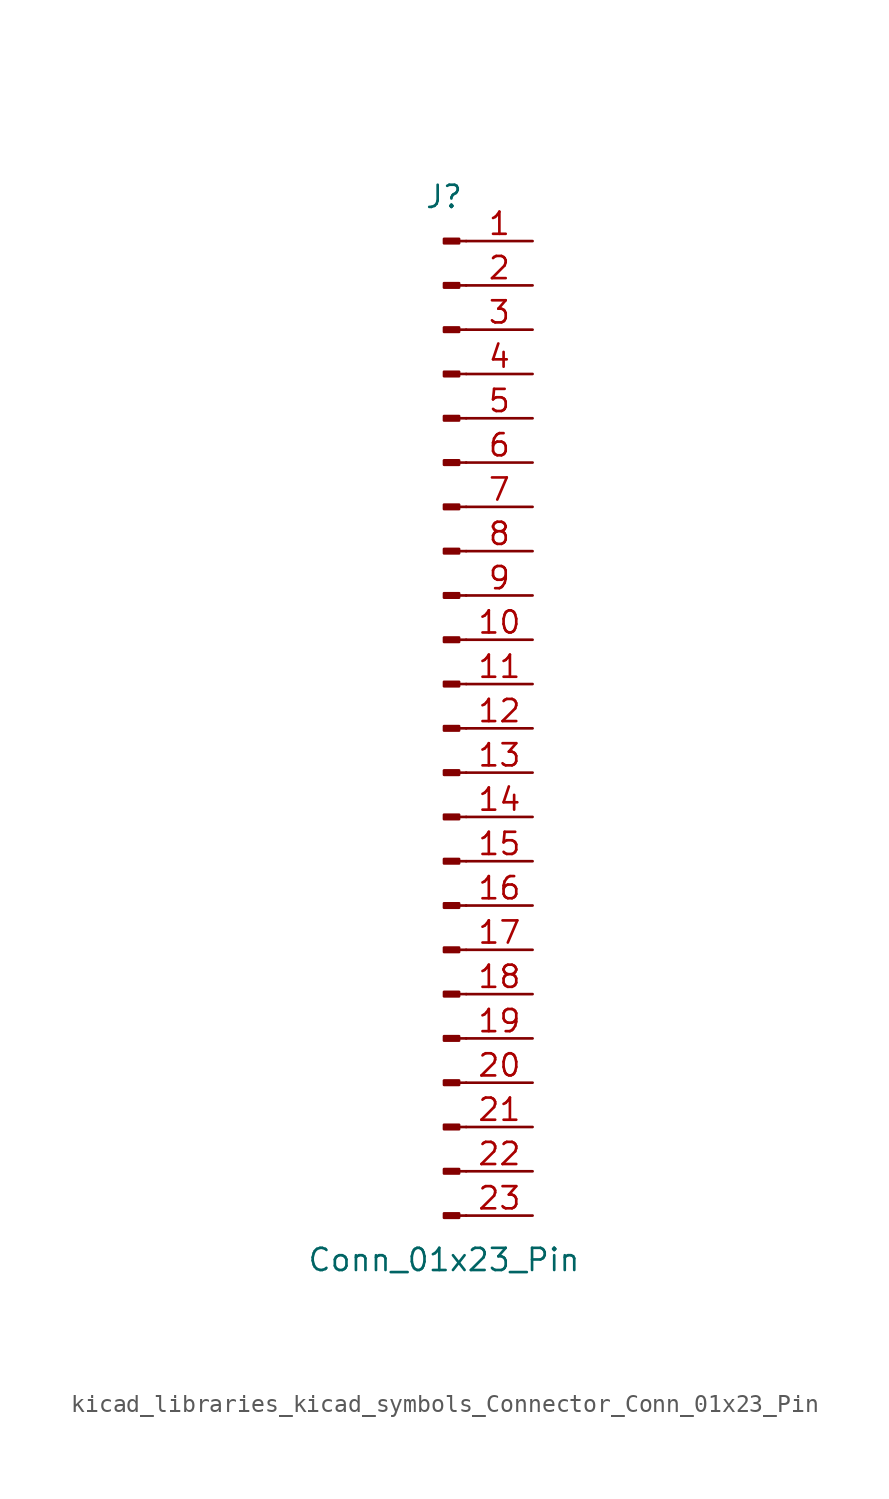
<source format=kicad_sym>
(kicad_symbol_lib
  (version 20220914)
  (generator kicad_symbol_editor)
  (symbol "kicad_libraries_kicad_symbols_Connector_Conn_01x23_Pin"
    (pin_names
      (offset 1.016) hide)
    (property "Reference" "J"
      (at 0 30.48 0)
      (effects (font (size 1.27 1.27))))
    (property "Value" "Conn_01x23_Pin"
      (at 0 -30.48 0)
      (effects (font (size 1.27 1.27))))
    (property "ki_locked" ""
      (at 0 0 0)
      (effects (font (size 1.27 1.27))))
    (symbol "kicad_libraries_kicad_symbols_Connector_Conn_01x23_Pin_1_1"
      (polyline (pts (xy 1.27 -27.94) (xy 0.864 -27.94)) (stroke (width 0.152) (type default)) (fill (type none)))
      (polyline (pts (xy 1.27 -25.4) (xy 0.864 -25.4)) (stroke (width 0.152) (type default)) (fill (type none)))
      (polyline (pts (xy 1.27 -22.86) (xy 0.864 -22.86)) (stroke (width 0.152) (type default)) (fill (type none)))
      (polyline (pts (xy 1.27 -20.32) (xy 0.864 -20.32)) (stroke (width 0.152) (type default)) (fill (type none)))
      (polyline (pts (xy 1.27 -17.78) (xy 0.864 -17.78)) (stroke (width 0.152) (type default)) (fill (type none)))
      (polyline (pts (xy 1.27 -15.24) (xy 0.864 -15.24)) (stroke (width 0.152) (type default)) (fill (type none)))
      (polyline (pts (xy 1.27 -12.7) (xy 0.864 -12.7)) (stroke (width 0.152) (type default)) (fill (type none)))
      (polyline (pts (xy 1.27 -10.16) (xy 0.864 -10.16)) (stroke (width 0.152) (type default)) (fill (type none)))
      (polyline (pts (xy 1.27 -7.62) (xy 0.864 -7.62)) (stroke (width 0.152) (type default)) (fill (type none)))
      (polyline (pts (xy 1.27 -5.08) (xy 0.864 -5.08)) (stroke (width 0.152) (type default)) (fill (type none)))
      (polyline (pts (xy 1.27 -2.54) (xy 0.864 -2.54)) (stroke (width 0.152) (type default)) (fill (type none)))
      (polyline (pts (xy 1.27 0) (xy 0.864 0)) (stroke (width 0.152) (type default)) (fill (type none)))
      (polyline (pts (xy 1.27 2.54) (xy 0.864 2.54)) (stroke (width 0.152) (type default)) (fill (type none)))
      (polyline (pts (xy 1.27 5.08) (xy 0.864 5.08)) (stroke (width 0.152) (type default)) (fill (type none)))
      (polyline (pts (xy 1.27 7.62) (xy 0.864 7.62)) (stroke (width 0.152) (type default)) (fill (type none)))
      (polyline (pts (xy 1.27 10.16) (xy 0.864 10.16)) (stroke (width 0.152) (type default)) (fill (type none)))
      (polyline (pts (xy 1.27 12.7) (xy 0.864 12.7)) (stroke (width 0.152) (type default)) (fill (type none)))
      (polyline (pts (xy 1.27 15.24) (xy 0.864 15.24)) (stroke (width 0.152) (type default)) (fill (type none)))
      (polyline (pts (xy 1.27 17.78) (xy 0.864 17.78)) (stroke (width 0.152) (type default)) (fill (type none)))
      (polyline (pts (xy 1.27 20.32) (xy 0.864 20.32)) (stroke (width 0.152) (type default)) (fill (type none)))
      (polyline (pts (xy 1.27 22.86) (xy 0.864 22.86)) (stroke (width 0.152) (type default)) (fill (type none)))
      (polyline (pts (xy 1.27 25.4) (xy 0.864 25.4)) (stroke (width 0.152) (type default)) (fill (type none)))
      (polyline (pts (xy 1.27 27.94) (xy 0.864 27.94)) (stroke (width 0.152) (type default)) (fill (type none)))
      (rectangle (start 0.864 -27.813) (end 0 -28.067) (stroke (width 0.152) (type default)) (fill (type outline)))
      (rectangle (start 0.864 -25.273) (end 0 -25.527) (stroke (width 0.152) (type default)) (fill (type outline)))
      (rectangle (start 0.864 -22.733) (end 0 -22.987) (stroke (width 0.152) (type default)) (fill (type outline)))
      (rectangle (start 0.864 -20.193) (end 0 -20.447) (stroke (width 0.152) (type default)) (fill (type outline)))
      (rectangle (start 0.864 -17.653) (end 0 -17.907) (stroke (width 0.152) (type default)) (fill (type outline)))
      (rectangle (start 0.864 -15.113) (end 0 -15.367) (stroke (width 0.152) (type default)) (fill (type outline)))
      (rectangle (start 0.864 -12.573) (end 0 -12.827) (stroke (width 0.152) (type default)) (fill (type outline)))
      (rectangle (start 0.864 -10.033) (end 0 -10.287) (stroke (width 0.152) (type default)) (fill (type outline)))
      (rectangle (start 0.864 -7.493) (end 0 -7.747) (stroke (width 0.152) (type default)) (fill (type outline)))
      (rectangle (start 0.864 -4.953) (end 0 -5.207) (stroke (width 0.152) (type default)) (fill (type outline)))
      (rectangle (start 0.864 -2.413) (end 0 -2.667) (stroke (width 0.152) (type default)) (fill (type outline)))
      (rectangle (start 0.864 0.127) (end 0 -0.127) (stroke (width 0.152) (type default)) (fill (type outline)))
      (rectangle (start 0.864 2.667) (end 0 2.413) (stroke (width 0.152) (type default)) (fill (type outline)))
      (rectangle (start 0.864 5.207) (end 0 4.953) (stroke (width 0.152) (type default)) (fill (type outline)))
      (rectangle (start 0.864 7.747) (end 0 7.493) (stroke (width 0.152) (type default)) (fill (type outline)))
      (rectangle (start 0.864 10.287) (end 0 10.033) (stroke (width 0.152) (type default)) (fill (type outline)))
      (rectangle (start 0.864 12.827) (end 0 12.573) (stroke (width 0.152) (type default)) (fill (type outline)))
      (rectangle (start 0.864 15.367) (end 0 15.113) (stroke (width 0.152) (type default)) (fill (type outline)))
      (rectangle (start 0.864 17.907) (end 0 17.653) (stroke (width 0.152) (type default)) (fill (type outline)))
      (rectangle (start 0.864 20.447) (end 0 20.193) (stroke (width 0.152) (type default)) (fill (type outline)))
      (rectangle (start 0.864 22.987) (end 0 22.733) (stroke (width 0.152) (type default)) (fill (type outline)))
      (rectangle (start 0.864 25.527) (end 0 25.273) (stroke (width 0.152) (type default)) (fill (type outline)))
      (rectangle (start 0.864 28.067) (end 0 27.813) (stroke (width 0.152) (type default)) (fill (type outline)))
      (pin passive line (at 5.08 27.94 180) (length 3.81) (name "Pin_1" (effects (font (size 1.27 1.27)))) (number "1" (effects (font (size 1.27 1.27)))))
      (pin passive line (at 5.08 5.08 180) (length 3.81) (name "Pin_10" (effects (font (size 1.27 1.27)))) (number "10" (effects (font (size 1.27 1.27)))))
      (pin passive line (at 5.08 2.54 180) (length 3.81) (name "Pin_11" (effects (font (size 1.27 1.27)))) (number "11" (effects (font (size 1.27 1.27)))))
      (pin passive line (at 5.08 0 180) (length 3.81) (name "Pin_12" (effects (font (size 1.27 1.27)))) (number "12" (effects (font (size 1.27 1.27)))))
      (pin passive line (at 5.08 -2.54 180) (length 3.81) (name "Pin_13" (effects (font (size 1.27 1.27)))) (number "13" (effects (font (size 1.27 1.27)))))
      (pin passive line (at 5.08 -5.08 180) (length 3.81) (name "Pin_14" (effects (font (size 1.27 1.27)))) (number "14" (effects (font (size 1.27 1.27)))))
      (pin passive line (at 5.08 -7.62 180) (length 3.81) (name "Pin_15" (effects (font (size 1.27 1.27)))) (number "15" (effects (font (size 1.27 1.27)))))
      (pin passive line (at 5.08 -10.16 180) (length 3.81) (name "Pin_16" (effects (font (size 1.27 1.27)))) (number "16" (effects (font (size 1.27 1.27)))))
      (pin passive line (at 5.08 -12.7 180) (length 3.81) (name "Pin_17" (effects (font (size 1.27 1.27)))) (number "17" (effects (font (size 1.27 1.27)))))
      (pin passive line (at 5.08 -15.24 180) (length 3.81) (name "Pin_18" (effects (font (size 1.27 1.27)))) (number "18" (effects (font (size 1.27 1.27)))))
      (pin passive line (at 5.08 -17.78 180) (length 3.81) (name "Pin_19" (effects (font (size 1.27 1.27)))) (number "19" (effects (font (size 1.27 1.27)))))
      (pin passive line (at 5.08 25.4 180) (length 3.81) (name "Pin_2" (effects (font (size 1.27 1.27)))) (number "2" (effects (font (size 1.27 1.27)))))
      (pin passive line (at 5.08 -20.32 180) (length 3.81) (name "Pin_20" (effects (font (size 1.27 1.27)))) (number "20" (effects (font (size 1.27 1.27)))))
      (pin passive line (at 5.08 -22.86 180) (length 3.81) (name "Pin_21" (effects (font (size 1.27 1.27)))) (number "21" (effects (font (size 1.27 1.27)))))
      (pin passive line (at 5.08 -25.4 180) (length 3.81) (name "Pin_22" (effects (font (size 1.27 1.27)))) (number "22" (effects (font (size 1.27 1.27)))))
      (pin passive line (at 5.08 -27.94 180) (length 3.81) (name "Pin_23" (effects (font (size 1.27 1.27)))) (number "23" (effects (font (size 1.27 1.27)))))
      (pin passive line (at 5.08 22.86 180) (length 3.81) (name "Pin_3" (effects (font (size 1.27 1.27)))) (number "3" (effects (font (size 1.27 1.27)))))
      (pin passive line (at 5.08 20.32 180) (length 3.81) (name "Pin_4" (effects (font (size 1.27 1.27)))) (number "4" (effects (font (size 1.27 1.27)))))
      (pin passive line (at 5.08 17.78 180) (length 3.81) (name "Pin_5" (effects (font (size 1.27 1.27)))) (number "5" (effects (font (size 1.27 1.27)))))
      (pin passive line (at 5.08 15.24 180) (length 3.81) (name "Pin_6" (effects (font (size 1.27 1.27)))) (number "6" (effects (font (size 1.27 1.27)))))
      (pin passive line (at 5.08 12.7 180) (length 3.81) (name "Pin_7" (effects (font (size 1.27 1.27)))) (number "7" (effects (font (size 1.27 1.27)))))
      (pin passive line (at 5.08 10.16 180) (length 3.81) (name "Pin_8" (effects (font (size 1.27 1.27)))) (number "8" (effects (font (size 1.27 1.27)))))
      (pin passive line (at 5.08 7.62 180) (length 3.81) (name "Pin_9" (effects (font (size 1.27 1.27)))) (number "9" (effects (font (size 1.27 1.27))))))))
</source>
